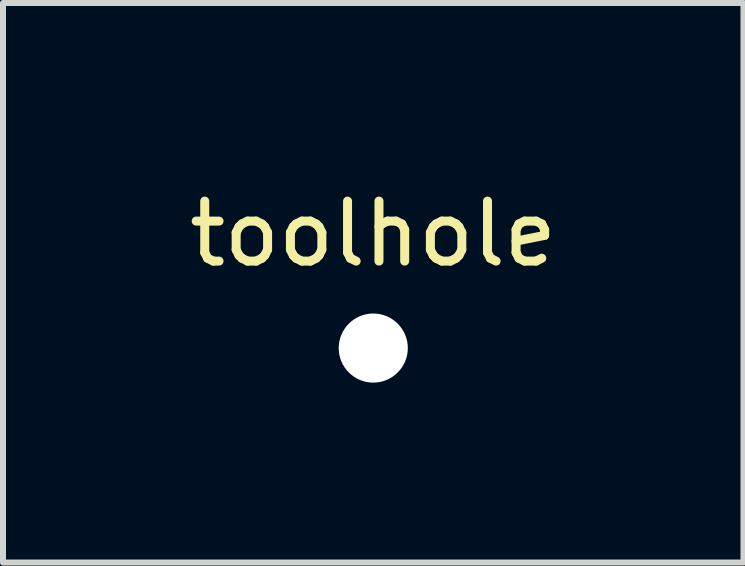
<source format=kicad_pcb>
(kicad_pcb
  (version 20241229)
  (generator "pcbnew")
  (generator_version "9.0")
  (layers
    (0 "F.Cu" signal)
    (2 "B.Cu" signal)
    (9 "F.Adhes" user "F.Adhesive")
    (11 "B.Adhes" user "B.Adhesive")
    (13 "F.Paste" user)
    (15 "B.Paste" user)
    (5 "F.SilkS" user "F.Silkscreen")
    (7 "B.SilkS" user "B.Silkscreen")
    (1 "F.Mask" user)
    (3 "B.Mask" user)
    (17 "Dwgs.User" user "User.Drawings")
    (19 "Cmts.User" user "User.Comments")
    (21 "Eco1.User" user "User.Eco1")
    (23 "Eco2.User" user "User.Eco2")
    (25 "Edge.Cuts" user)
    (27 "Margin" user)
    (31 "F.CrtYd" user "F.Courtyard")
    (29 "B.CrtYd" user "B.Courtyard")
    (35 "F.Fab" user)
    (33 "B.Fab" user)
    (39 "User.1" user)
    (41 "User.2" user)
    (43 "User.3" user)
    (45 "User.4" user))
  (footprint "toolhole"
    (layer "F.Cu")
    (at 3.173 2.753)
    (property "Reference" "toolhole" (at 0 -1.905 0) (unlocked yes) (layer "F.SilkS") (effects (font (size 1 1) (thickness 0.15))))
    (attr exclude_from_pos_files exclude_from_bom)
    (pad "" np_thru_hole circle (at 0 0) (size 1.152 1.152) (drill 1.152) (layers "*.Cu" "*.Mask")))
  (gr_rect
    (start -3 -3)
    (end 9.345 6.329)
    (stroke (width 0.1) (type default))
    (fill no)
    (layer "Edge.Cuts")))
</source>
